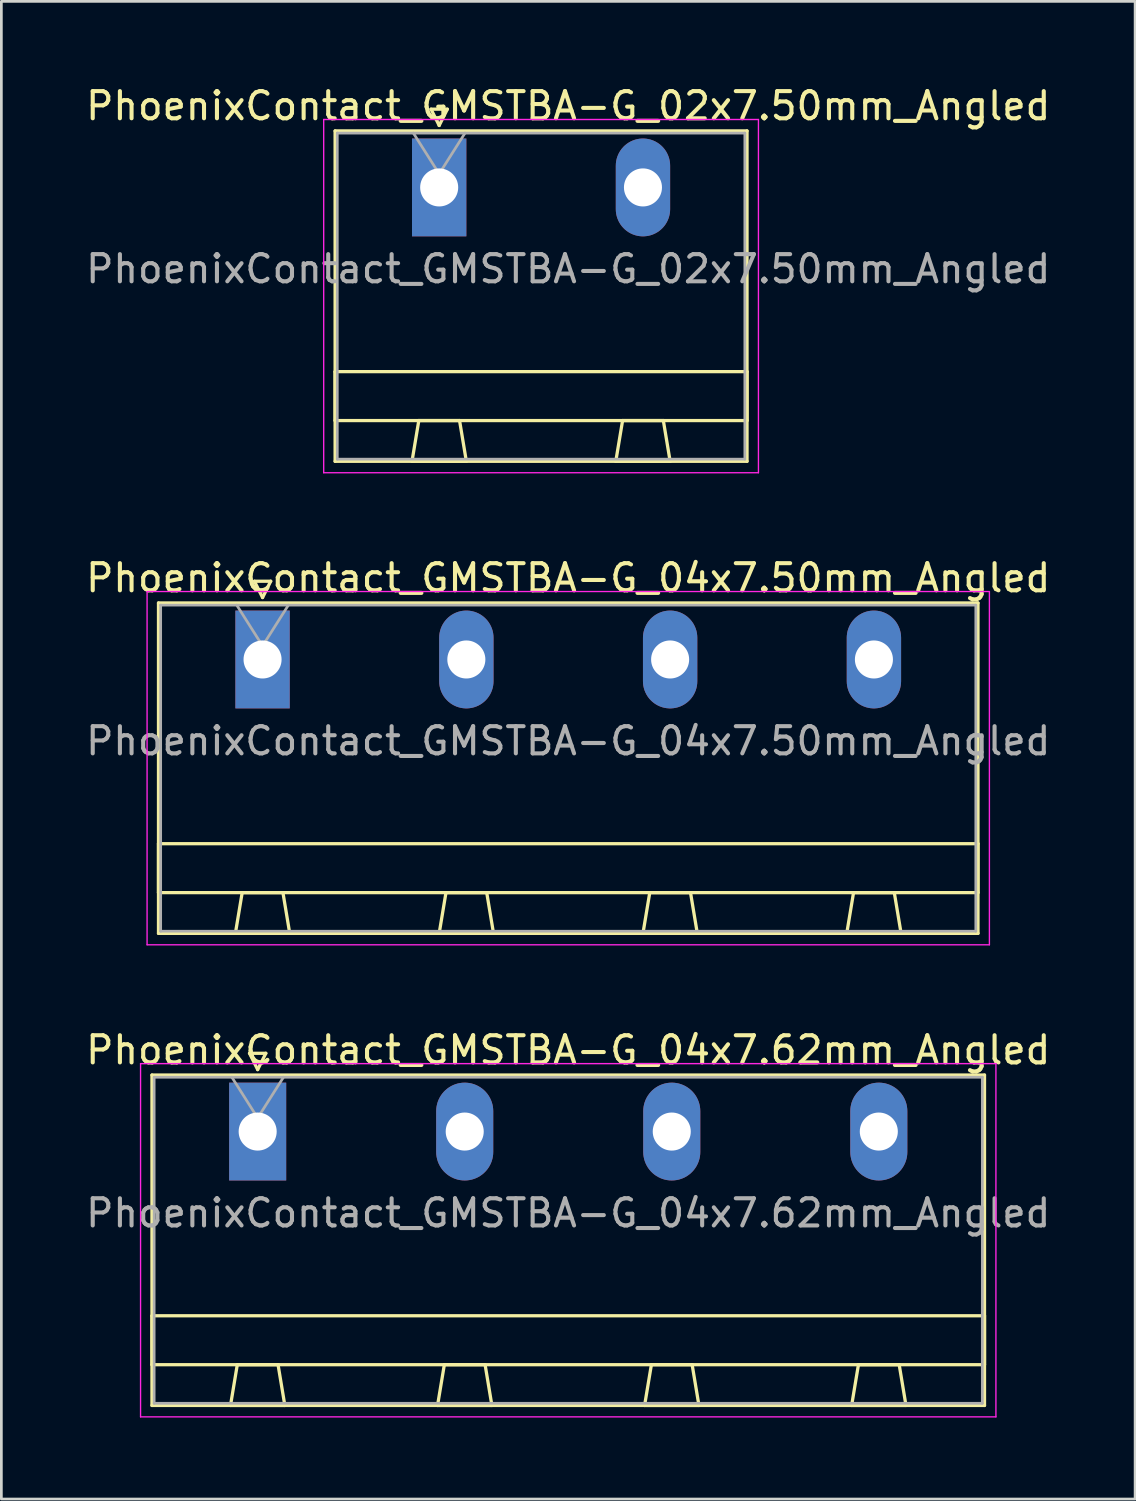
<source format=kicad_pcb>
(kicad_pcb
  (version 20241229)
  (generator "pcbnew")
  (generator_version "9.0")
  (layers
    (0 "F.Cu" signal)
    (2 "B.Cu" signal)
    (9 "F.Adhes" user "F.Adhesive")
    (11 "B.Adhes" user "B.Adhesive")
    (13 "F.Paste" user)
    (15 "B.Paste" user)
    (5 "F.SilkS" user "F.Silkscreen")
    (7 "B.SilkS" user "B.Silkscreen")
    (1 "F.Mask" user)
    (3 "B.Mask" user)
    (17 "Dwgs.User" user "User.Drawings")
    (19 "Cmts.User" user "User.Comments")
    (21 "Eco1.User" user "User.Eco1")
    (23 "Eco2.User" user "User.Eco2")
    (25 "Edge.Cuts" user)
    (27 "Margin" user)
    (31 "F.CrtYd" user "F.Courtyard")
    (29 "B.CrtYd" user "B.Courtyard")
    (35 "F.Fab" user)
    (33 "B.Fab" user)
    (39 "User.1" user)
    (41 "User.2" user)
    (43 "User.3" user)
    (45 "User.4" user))
  (footprint "PhoenixContact_GMSTBA-G_04x7.62mm_Angled"
    (layer "F.Cu")
    (at 6.433 38.595)
    (property "Reference" "PhoenixContact_GMSTBA-G_04x7.62mm_Angled" (at 11.43 -3 0) (layer "F.SilkS") (effects (font (size 1 1) (thickness 0.15))))
    (attr through_hole)
    (fp_line (start -3.89 -2.08) (end -3.89 10.08) (stroke (width 0.12) (type solid)) (layer "F.SilkS"))
    (fp_line (start -3.89 6.78) (end 26.75 6.78) (stroke (width 0.12) (type solid)) (layer "F.SilkS"))
    (fp_line (start -3.89 8.58) (end -3.89 6.78) (stroke (width 0.12) (type solid)) (layer "F.SilkS"))
    (fp_line (start -3.89 10.08) (end 26.75 10.08) (stroke (width 0.12) (type solid)) (layer "F.SilkS"))
    (fp_line (start -1 10.08) (end 1 10.08) (stroke (width 0.12) (type solid)) (layer "F.SilkS"))
    (fp_line (start -0.75 8.58) (end -1 10.08) (stroke (width 0.12) (type solid)) (layer "F.SilkS"))
    (fp_line (start -0.3 -2.88) (end 0.3 -2.88) (stroke (width 0.12) (type solid)) (layer "F.SilkS"))
    (fp_line (start 0 -2.28) (end -0.3 -2.88) (stroke (width 0.12) (type solid)) (layer "F.SilkS"))
    (fp_line (start 0.3 -2.88) (end 0 -2.28) (stroke (width 0.12) (type solid)) (layer "F.SilkS"))
    (fp_line (start 0.75 8.58) (end -0.75 8.58) (stroke (width 0.12) (type solid)) (layer "F.SilkS"))
    (fp_line (start 1 10.08) (end 0.75 8.58) (stroke (width 0.12) (type solid)) (layer "F.SilkS"))
    (fp_line (start 6.62 10.08) (end 8.62 10.08) (stroke (width 0.12) (type solid)) (layer "F.SilkS"))
    (fp_line (start 6.87 8.58) (end 6.62 10.08) (stroke (width 0.12) (type solid)) (layer "F.SilkS"))
    (fp_line (start 8.37 8.58) (end 6.87 8.58) (stroke (width 0.12) (type solid)) (layer "F.SilkS"))
    (fp_line (start 8.62 10.08) (end 8.37 8.58) (stroke (width 0.12) (type solid)) (layer "F.SilkS"))
    (fp_line (start 14.24 10.08) (end 16.24 10.08) (stroke (width 0.12) (type solid)) (layer "F.SilkS"))
    (fp_line (start 14.49 8.58) (end 14.24 10.08) (stroke (width 0.12) (type solid)) (layer "F.SilkS"))
    (fp_line (start 15.99 8.58) (end 14.49 8.58) (stroke (width 0.12) (type solid)) (layer "F.SilkS"))
    (fp_line (start 16.24 10.08) (end 15.99 8.58) (stroke (width 0.12) (type solid)) (layer "F.SilkS"))
    (fp_line (start 21.86 10.08) (end 23.86 10.08) (stroke (width 0.12) (type solid)) (layer "F.SilkS"))
    (fp_line (start 22.11 8.58) (end 21.86 10.08) (stroke (width 0.12) (type solid)) (layer "F.SilkS"))
    (fp_line (start 23.61 8.58) (end 22.11 8.58) (stroke (width 0.12) (type solid)) (layer "F.SilkS"))
    (fp_line (start 23.86 10.08) (end 23.61 8.58) (stroke (width 0.12) (type solid)) (layer "F.SilkS"))
    (fp_line (start 26.75 -2.08) (end -3.89 -2.08) (stroke (width 0.12) (type solid)) (layer "F.SilkS"))
    (fp_line (start 26.75 6.78) (end 26.75 8.58) (stroke (width 0.12) (type solid)) (layer "F.SilkS"))
    (fp_line (start 26.75 8.58) (end -3.89 8.58) (stroke (width 0.12) (type solid)) (layer "F.SilkS"))
    (fp_line (start 26.75 10.08) (end 26.75 -2.08) (stroke (width 0.12) (type solid)) (layer "F.SilkS"))
    (fp_line (start -4.31 -2.5) (end -4.31 10.5) (stroke (width 0.05) (type solid)) (layer "F.CrtYd"))
    (fp_line (start -4.31 10.5) (end 27.17 10.5) (stroke (width 0.05) (type solid)) (layer "F.CrtYd"))
    (fp_line (start 27.17 -2.5) (end -4.31 -2.5) (stroke (width 0.05) (type solid)) (layer "F.CrtYd"))
    (fp_line (start 27.17 10.5) (end 27.17 -2.5) (stroke (width 0.05) (type solid)) (layer "F.CrtYd"))
    (fp_line (start -3.81 -2) (end -3.81 10) (stroke (width 0.1) (type solid)) (layer "F.Fab"))
    (fp_line (start -3.81 10) (end 26.67 10) (stroke (width 0.1) (type solid)) (layer "F.Fab"))
    (fp_line (start 0 -0.5) (end -0.95 -2) (stroke (width 0.1) (type solid)) (layer "F.Fab"))
    (fp_line (start 0.95 -2) (end 0 -0.5) (stroke (width 0.1) (type solid)) (layer "F.Fab"))
    (fp_line (start 26.67 -2) (end -3.81 -2) (stroke (width 0.1) (type solid)) (layer "F.Fab"))
    (fp_line (start 26.67 10) (end 26.67 -2) (stroke (width 0.1) (type solid)) (layer "F.Fab"))
    (fp_text user "${REFERENCE}" (at 11.43 3 0) (layer "F.Fab") (effects (font (size 1 1) (thickness 0.15))))
    (pad "1" thru_hole rect (at 0 0) (size 2.1 3.6) (drill 1.4) (layers "*.Cu" "*.Mask"))
    (pad "2" thru_hole oval (at 7.62 0) (size 2.1 3.6) (drill 1.4) (layers "*.Cu" "*.Mask"))
    (pad "3" thru_hole oval (at 15.24 0) (size 2.1 3.6) (drill 1.4) (layers "*.Cu" "*.Mask"))
    (pad "4" thru_hole oval (at 22.86 0) (size 2.1 3.6) (drill 1.4) (layers "*.Cu" "*.Mask")))
  (footprint "PhoenixContact_GMSTBA-G_04x7.50mm_Angled"
    (layer "F.Cu")
    (at 6.613 21.221)
    (property "Reference" "PhoenixContact_GMSTBA-G_04x7.50mm_Angled" (at 11.25 -3 0) (layer "F.SilkS") (effects (font (size 1 1) (thickness 0.15))))
    (attr through_hole)
    (fp_line (start -3.83 -2.08) (end -3.83 10.08) (stroke (width 0.12) (type solid)) (layer "F.SilkS"))
    (fp_line (start -3.83 6.78) (end 26.33 6.78) (stroke (width 0.12) (type solid)) (layer "F.SilkS"))
    (fp_line (start -3.83 8.58) (end -3.83 6.78) (stroke (width 0.12) (type solid)) (layer "F.SilkS"))
    (fp_line (start -3.83 10.08) (end 26.33 10.08) (stroke (width 0.12) (type solid)) (layer "F.SilkS"))
    (fp_line (start -1 10.08) (end 1 10.08) (stroke (width 0.12) (type solid)) (layer "F.SilkS"))
    (fp_line (start -0.75 8.58) (end -1 10.08) (stroke (width 0.12) (type solid)) (layer "F.SilkS"))
    (fp_line (start -0.3 -2.88) (end 0.3 -2.88) (stroke (width 0.12) (type solid)) (layer "F.SilkS"))
    (fp_line (start 0 -2.28) (end -0.3 -2.88) (stroke (width 0.12) (type solid)) (layer "F.SilkS"))
    (fp_line (start 0.3 -2.88) (end 0 -2.28) (stroke (width 0.12) (type solid)) (layer "F.SilkS"))
    (fp_line (start 0.75 8.58) (end -0.75 8.58) (stroke (width 0.12) (type solid)) (layer "F.SilkS"))
    (fp_line (start 1 10.08) (end 0.75 8.58) (stroke (width 0.12) (type solid)) (layer "F.SilkS"))
    (fp_line (start 6.5 10.08) (end 8.5 10.08) (stroke (width 0.12) (type solid)) (layer "F.SilkS"))
    (fp_line (start 6.75 8.58) (end 6.5 10.08) (stroke (width 0.12) (type solid)) (layer "F.SilkS"))
    (fp_line (start 8.25 8.58) (end 6.75 8.58) (stroke (width 0.12) (type solid)) (layer "F.SilkS"))
    (fp_line (start 8.5 10.08) (end 8.25 8.58) (stroke (width 0.12) (type solid)) (layer "F.SilkS"))
    (fp_line (start 14 10.08) (end 16 10.08) (stroke (width 0.12) (type solid)) (layer "F.SilkS"))
    (fp_line (start 14.25 8.58) (end 14 10.08) (stroke (width 0.12) (type solid)) (layer "F.SilkS"))
    (fp_line (start 15.75 8.58) (end 14.25 8.58) (stroke (width 0.12) (type solid)) (layer "F.SilkS"))
    (fp_line (start 16 10.08) (end 15.75 8.58) (stroke (width 0.12) (type solid)) (layer "F.SilkS"))
    (fp_line (start 21.5 10.08) (end 23.5 10.08) (stroke (width 0.12) (type solid)) (layer "F.SilkS"))
    (fp_line (start 21.75 8.58) (end 21.5 10.08) (stroke (width 0.12) (type solid)) (layer "F.SilkS"))
    (fp_line (start 23.25 8.58) (end 21.75 8.58) (stroke (width 0.12) (type solid)) (layer "F.SilkS"))
    (fp_line (start 23.5 10.08) (end 23.25 8.58) (stroke (width 0.12) (type solid)) (layer "F.SilkS"))
    (fp_line (start 26.33 -2.08) (end -3.83 -2.08) (stroke (width 0.12) (type solid)) (layer "F.SilkS"))
    (fp_line (start 26.33 6.78) (end 26.33 8.58) (stroke (width 0.12) (type solid)) (layer "F.SilkS"))
    (fp_line (start 26.33 8.58) (end -3.83 8.58) (stroke (width 0.12) (type solid)) (layer "F.SilkS"))
    (fp_line (start 26.33 10.08) (end 26.33 -2.08) (stroke (width 0.12) (type solid)) (layer "F.SilkS"))
    (fp_line (start -4.25 -2.5) (end -4.25 10.5) (stroke (width 0.05) (type solid)) (layer "F.CrtYd"))
    (fp_line (start -4.25 10.5) (end 26.75 10.5) (stroke (width 0.05) (type solid)) (layer "F.CrtYd"))
    (fp_line (start 26.75 -2.5) (end -4.25 -2.5) (stroke (width 0.05) (type solid)) (layer "F.CrtYd"))
    (fp_line (start 26.75 10.5) (end 26.75 -2.5) (stroke (width 0.05) (type solid)) (layer "F.CrtYd"))
    (fp_line (start -3.75 -2) (end -3.75 10) (stroke (width 0.1) (type solid)) (layer "F.Fab"))
    (fp_line (start -3.75 10) (end 26.25 10) (stroke (width 0.1) (type solid)) (layer "F.Fab"))
    (fp_line (start 0 -0.5) (end -0.95 -2) (stroke (width 0.1) (type solid)) (layer "F.Fab"))
    (fp_line (start 0.95 -2) (end 0 -0.5) (stroke (width 0.1) (type solid)) (layer "F.Fab"))
    (fp_line (start 26.25 -2) (end -3.75 -2) (stroke (width 0.1) (type solid)) (layer "F.Fab"))
    (fp_line (start 26.25 10) (end 26.25 -2) (stroke (width 0.1) (type solid)) (layer "F.Fab"))
    (fp_text user "${REFERENCE}" (at 11.25 3 0) (layer "F.Fab") (effects (font (size 1 1) (thickness 0.15))))
    (pad "1" thru_hole rect (at 0 0) (size 2 3.6) (drill 1.4) (layers "*.Cu" "*.Mask"))
    (pad "2" thru_hole oval (at 7.5 0) (size 2 3.6) (drill 1.4) (layers "*.Cu" "*.Mask"))
    (pad "3" thru_hole oval (at 15 0) (size 2 3.6) (drill 1.4) (layers "*.Cu" "*.Mask"))
    (pad "4" thru_hole oval (at 22.5 0) (size 2 3.6) (drill 1.4) (layers "*.Cu" "*.Mask")))
  (footprint "PhoenixContact_GMSTBA-G_02x7.50mm_Angled"
    (layer "F.Cu")
    (at 13.113 3.848)
    (property "Reference" "PhoenixContact_GMSTBA-G_02x7.50mm_Angled" (at 4.75 -3 0) (layer "F.SilkS") (effects (font (size 1 1) (thickness 0.15))))
    (attr through_hole)
    (fp_line (start -3.83 -2.08) (end -3.83 10.08) (stroke (width 0.12) (type solid)) (layer "F.SilkS"))
    (fp_line (start -3.83 6.78) (end 11.33 6.78) (stroke (width 0.12) (type solid)) (layer "F.SilkS"))
    (fp_line (start -3.83 8.58) (end -3.83 6.78) (stroke (width 0.12) (type solid)) (layer "F.SilkS"))
    (fp_line (start -3.83 10.08) (end 11.33 10.08) (stroke (width 0.12) (type solid)) (layer "F.SilkS"))
    (fp_line (start -1 10.08) (end 1 10.08) (stroke (width 0.12) (type solid)) (layer "F.SilkS"))
    (fp_line (start -0.75 8.58) (end -1 10.08) (stroke (width 0.12) (type solid)) (layer "F.SilkS"))
    (fp_line (start -0.3 -2.88) (end 0.3 -2.88) (stroke (width 0.12) (type solid)) (layer "F.SilkS"))
    (fp_line (start 0 -2.28) (end -0.3 -2.88) (stroke (width 0.12) (type solid)) (layer "F.SilkS"))
    (fp_line (start 0.3 -2.88) (end 0 -2.28) (stroke (width 0.12) (type solid)) (layer "F.SilkS"))
    (fp_line (start 0.75 8.58) (end -0.75 8.58) (stroke (width 0.12) (type solid)) (layer "F.SilkS"))
    (fp_line (start 1 10.08) (end 0.75 8.58) (stroke (width 0.12) (type solid)) (layer "F.SilkS"))
    (fp_line (start 6.5 10.08) (end 8.5 10.08) (stroke (width 0.12) (type solid)) (layer "F.SilkS"))
    (fp_line (start 6.75 8.58) (end 6.5 10.08) (stroke (width 0.12) (type solid)) (layer "F.SilkS"))
    (fp_line (start 8.25 8.58) (end 6.75 8.58) (stroke (width 0.12) (type solid)) (layer "F.SilkS"))
    (fp_line (start 8.5 10.08) (end 8.25 8.58) (stroke (width 0.12) (type solid)) (layer "F.SilkS"))
    (fp_line (start 11.33 -2.08) (end -3.83 -2.08) (stroke (width 0.12) (type solid)) (layer "F.SilkS"))
    (fp_line (start 11.33 6.78) (end 11.33 8.58) (stroke (width 0.12) (type solid)) (layer "F.SilkS"))
    (fp_line (start 11.33 8.58) (end -3.83 8.58) (stroke (width 0.12) (type solid)) (layer "F.SilkS"))
    (fp_line (start 11.33 10.08) (end 11.33 -2.08) (stroke (width 0.12) (type solid)) (layer "F.SilkS"))
    (fp_line (start -4.25 -2.5) (end -4.25 10.5) (stroke (width 0.05) (type solid)) (layer "F.CrtYd"))
    (fp_line (start -4.25 10.5) (end 11.75 10.5) (stroke (width 0.05) (type solid)) (layer "F.CrtYd"))
    (fp_line (start 11.75 -2.5) (end -4.25 -2.5) (stroke (width 0.05) (type solid)) (layer "F.CrtYd"))
    (fp_line (start 11.75 10.5) (end 11.75 -2.5) (stroke (width 0.05) (type solid)) (layer "F.CrtYd"))
    (fp_line (start -3.75 -2) (end -3.75 10) (stroke (width 0.1) (type solid)) (layer "F.Fab"))
    (fp_line (start -3.75 10) (end 11.25 10) (stroke (width 0.1) (type solid)) (layer "F.Fab"))
    (fp_line (start 0 -0.5) (end -0.95 -2) (stroke (width 0.1) (type solid)) (layer "F.Fab"))
    (fp_line (start 0.95 -2) (end 0 -0.5) (stroke (width 0.1) (type solid)) (layer "F.Fab"))
    (fp_line (start 11.25 -2) (end -3.75 -2) (stroke (width 0.1) (type solid)) (layer "F.Fab"))
    (fp_line (start 11.25 10) (end 11.25 -2) (stroke (width 0.1) (type solid)) (layer "F.Fab"))
    (fp_text user "${REFERENCE}" (at 4.75 3 0) (layer "F.Fab") (effects (font (size 1 1) (thickness 0.15))))
    (pad "1" thru_hole rect (at 0 0) (size 2 3.6) (drill 1.4) (layers "*.Cu" "*.Mask"))
    (pad "2" thru_hole oval (at 7.5 0) (size 2 3.6) (drill 1.4) (layers "*.Cu" "*.Mask")))
  (gr_rect
    (start -3 -3)
    (end 38.726 52.12)
    (stroke (width 0.1) (type default))
    (fill no)
    (layer "Edge.Cuts")))
</source>
